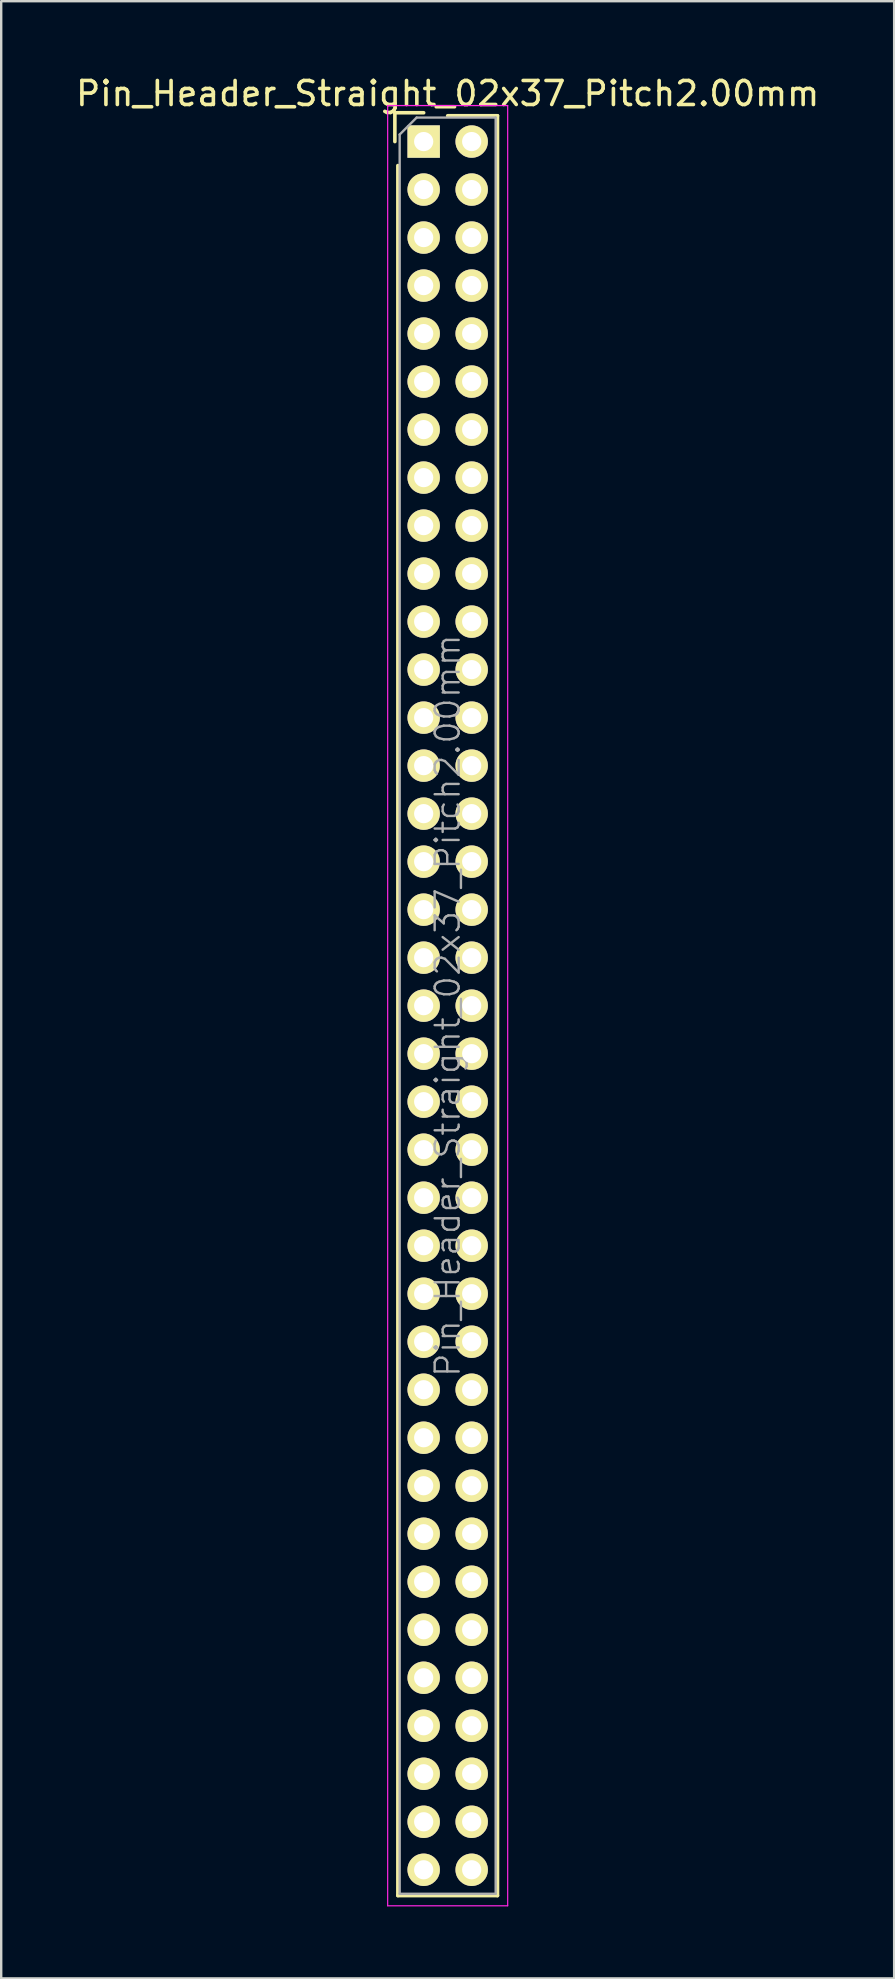
<source format=kicad_pcb>
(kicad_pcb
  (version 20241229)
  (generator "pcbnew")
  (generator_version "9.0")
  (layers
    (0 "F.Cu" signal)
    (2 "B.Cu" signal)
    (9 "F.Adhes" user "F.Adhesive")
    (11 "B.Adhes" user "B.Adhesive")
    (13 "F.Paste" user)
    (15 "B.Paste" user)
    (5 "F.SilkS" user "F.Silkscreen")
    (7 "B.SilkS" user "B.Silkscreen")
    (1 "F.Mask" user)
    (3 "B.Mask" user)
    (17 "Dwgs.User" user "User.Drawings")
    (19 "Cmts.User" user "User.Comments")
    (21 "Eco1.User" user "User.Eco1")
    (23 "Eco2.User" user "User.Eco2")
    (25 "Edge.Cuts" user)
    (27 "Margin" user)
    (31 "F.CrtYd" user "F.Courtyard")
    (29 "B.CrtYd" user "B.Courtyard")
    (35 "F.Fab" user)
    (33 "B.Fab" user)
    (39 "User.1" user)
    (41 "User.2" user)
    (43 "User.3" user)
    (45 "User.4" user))
  (footprint "Pin_Header_Straight_02x37_Pitch2.00mm"
    (layer "F.Cu")
    (at 14.601 2.848)
    (property "Reference" "Pin_Header_Straight_02x37_Pitch2.00mm" (at 1 -2 0) (layer "F.SilkS") (effects (font (size 1 1) (thickness 0.15))))
    (attr smd)
    (fp_line (start -1.2 -1.2) (end -1.2 0) (stroke (width 0.15) (type solid)) (layer "F.SilkS"))
    (fp_line (start -1.2 -1.2) (end 0 -1.2) (stroke (width 0.15) (type solid)) (layer "F.SilkS"))
    (fp_line (start -1.075 1) (end -1.075 73.075) (stroke (width 0.15) (type solid)) (layer "F.SilkS"))
    (fp_line (start -1.075 73.075) (end 3.075 73.075) (stroke (width 0.15) (type solid)) (layer "F.SilkS"))
    (fp_line (start 1 -1.075) (end 3.075 -1.075) (stroke (width 0.15) (type solid)) (layer "F.SilkS"))
    (fp_line (start 3.075 -1.075) (end 3.075 73.075) (stroke (width 0.15) (type solid)) (layer "F.SilkS"))
    (fp_line (start -1.5 -1.5) (end -1.5 73.5) (stroke (width 0.05) (type solid)) (layer "F.CrtYd"))
    (fp_line (start 3.5 -1.5) (end -1.5 -1.5) (stroke (width 0.05) (type solid)) (layer "F.CrtYd"))
    (fp_line (start 3.5 -1.5) (end 3.5 73.5) (stroke (width 0.05) (type solid)) (layer "F.CrtYd"))
    (fp_line (start 3.5 73.5) (end -1.5 73.5) (stroke (width 0.05) (type solid)) (layer "F.CrtYd"))
    (fp_line (start -1 -0.293) (end -0.293 -1) (stroke (width 0.1) (type solid)) (layer "F.Fab"))
    (fp_line (start -1 73) (end -1 -0.293) (stroke (width 0.1) (type solid)) (layer "F.Fab"))
    (fp_line (start 3 -1) (end -0.293 -1) (stroke (width 0.1) (type solid)) (layer "F.Fab"))
    (fp_line (start 3 73) (end -1 73) (stroke (width 0.1) (type solid)) (layer "F.Fab"))
    (fp_line (start 3 73) (end 3 -1) (stroke (width 0.1) (type solid)) (layer "F.Fab"))
    (fp_text user "${REFERENCE}" (at 1 36 90) (layer "F.Fab") (effects (font (size 1 1) (thickness 0.1))))
    (pad "1" thru_hole rect (at 0 0) (size 1.35 1.35) (drill 0.8) (layers "*.Cu" "*.Mask" "F.SilkS"))
    (pad "2" thru_hole oval (at 2 0) (size 1.35 1.35) (drill 0.8) (layers "*.Cu" "*.Mask" "F.SilkS"))
    (pad "3" thru_hole oval (at 0 2) (size 1.35 1.35) (drill 0.8) (layers "*.Cu" "*.Mask" "F.SilkS"))
    (pad "4" thru_hole oval (at 2 2) (size 1.35 1.35) (drill 0.8) (layers "*.Cu" "*.Mask" "F.SilkS"))
    (pad "5" thru_hole oval (at 0 4) (size 1.35 1.35) (drill 0.8) (layers "*.Cu" "*.Mask" "F.SilkS"))
    (pad "6" thru_hole oval (at 2 4) (size 1.35 1.35) (drill 0.8) (layers "*.Cu" "*.Mask" "F.SilkS"))
    (pad "7" thru_hole oval (at 0 6) (size 1.35 1.35) (drill 0.8) (layers "*.Cu" "*.Mask" "F.SilkS"))
    (pad "8" thru_hole oval (at 2 6) (size 1.35 1.35) (drill 0.8) (layers "*.Cu" "*.Mask" "F.SilkS"))
    (pad "9" thru_hole oval (at 0 8) (size 1.35 1.35) (drill 0.8) (layers "*.Cu" "*.Mask" "F.SilkS"))
    (pad "10" thru_hole oval (at 2 8) (size 1.35 1.35) (drill 0.8) (layers "*.Cu" "*.Mask" "F.SilkS"))
    (pad "11" thru_hole oval (at 0 10) (size 1.35 1.35) (drill 0.8) (layers "*.Cu" "*.Mask" "F.SilkS"))
    (pad "12" thru_hole oval (at 2 10) (size 1.35 1.35) (drill 0.8) (layers "*.Cu" "*.Mask" "F.SilkS"))
    (pad "13" thru_hole oval (at 0 12) (size 1.35 1.35) (drill 0.8) (layers "*.Cu" "*.Mask" "F.SilkS"))
    (pad "14" thru_hole oval (at 2 12) (size 1.35 1.35) (drill 0.8) (layers "*.Cu" "*.Mask" "F.SilkS"))
    (pad "15" thru_hole oval (at 0 14) (size 1.35 1.35) (drill 0.8) (layers "*.Cu" "*.Mask" "F.SilkS"))
    (pad "16" thru_hole oval (at 2 14) (size 1.35 1.35) (drill 0.8) (layers "*.Cu" "*.Mask" "F.SilkS"))
    (pad "17" thru_hole oval (at 0 16) (size 1.35 1.35) (drill 0.8) (layers "*.Cu" "*.Mask" "F.SilkS"))
    (pad "18" thru_hole oval (at 2 16) (size 1.35 1.35) (drill 0.8) (layers "*.Cu" "*.Mask" "F.SilkS"))
    (pad "19" thru_hole oval (at 0 18) (size 1.35 1.35) (drill 0.8) (layers "*.Cu" "*.Mask" "F.SilkS"))
    (pad "20" thru_hole oval (at 2 18) (size 1.35 1.35) (drill 0.8) (layers "*.Cu" "*.Mask" "F.SilkS"))
    (pad "21" thru_hole oval (at 0 20) (size 1.35 1.35) (drill 0.8) (layers "*.Cu" "*.Mask" "F.SilkS"))
    (pad "22" thru_hole oval (at 2 20) (size 1.35 1.35) (drill 0.8) (layers "*.Cu" "*.Mask" "F.SilkS"))
    (pad "23" thru_hole oval (at 0 22) (size 1.35 1.35) (drill 0.8) (layers "*.Cu" "*.Mask" "F.SilkS"))
    (pad "24" thru_hole oval (at 2 22) (size 1.35 1.35) (drill 0.8) (layers "*.Cu" "*.Mask" "F.SilkS"))
    (pad "25" thru_hole oval (at 0 24) (size 1.35 1.35) (drill 0.8) (layers "*.Cu" "*.Mask" "F.SilkS"))
    (pad "26" thru_hole oval (at 2 24) (size 1.35 1.35) (drill 0.8) (layers "*.Cu" "*.Mask" "F.SilkS"))
    (pad "27" thru_hole oval (at 0 26) (size 1.35 1.35) (drill 0.8) (layers "*.Cu" "*.Mask" "F.SilkS"))
    (pad "28" thru_hole oval (at 2 26) (size 1.35 1.35) (drill 0.8) (layers "*.Cu" "*.Mask" "F.SilkS"))
    (pad "29" thru_hole oval (at 0 28) (size 1.35 1.35) (drill 0.8) (layers "*.Cu" "*.Mask" "F.SilkS"))
    (pad "30" thru_hole oval (at 2 28) (size 1.35 1.35) (drill 0.8) (layers "*.Cu" "*.Mask" "F.SilkS"))
    (pad "31" thru_hole oval (at 0 30) (size 1.35 1.35) (drill 0.8) (layers "*.Cu" "*.Mask" "F.SilkS"))
    (pad "32" thru_hole oval (at 2 30) (size 1.35 1.35) (drill 0.8) (layers "*.Cu" "*.Mask" "F.SilkS"))
    (pad "33" thru_hole oval (at 0 32) (size 1.35 1.35) (drill 0.8) (layers "*.Cu" "*.Mask" "F.SilkS"))
    (pad "34" thru_hole oval (at 2 32) (size 1.35 1.35) (drill 0.8) (layers "*.Cu" "*.Mask" "F.SilkS"))
    (pad "35" thru_hole oval (at 0 34) (size 1.35 1.35) (drill 0.8) (layers "*.Cu" "*.Mask" "F.SilkS"))
    (pad "36" thru_hole oval (at 2 34) (size 1.35 1.35) (drill 0.8) (layers "*.Cu" "*.Mask" "F.SilkS"))
    (pad "37" thru_hole oval (at 0 36) (size 1.35 1.35) (drill 0.8) (layers "*.Cu" "*.Mask" "F.SilkS"))
    (pad "38" thru_hole oval (at 2 36) (size 1.35 1.35) (drill 0.8) (layers "*.Cu" "*.Mask" "F.SilkS"))
    (pad "39" thru_hole oval (at 0 38) (size 1.35 1.35) (drill 0.8) (layers "*.Cu" "*.Mask" "F.SilkS"))
    (pad "40" thru_hole oval (at 2 38) (size 1.35 1.35) (drill 0.8) (layers "*.Cu" "*.Mask" "F.SilkS"))
    (pad "41" thru_hole oval (at 0 40) (size 1.35 1.35) (drill 0.8) (layers "*.Cu" "*.Mask" "F.SilkS"))
    (pad "42" thru_hole oval (at 2 40) (size 1.35 1.35) (drill 0.8) (layers "*.Cu" "*.Mask" "F.SilkS"))
    (pad "43" thru_hole oval (at 0 42) (size 1.35 1.35) (drill 0.8) (layers "*.Cu" "*.Mask" "F.SilkS"))
    (pad "44" thru_hole oval (at 2 42) (size 1.35 1.35) (drill 0.8) (layers "*.Cu" "*.Mask" "F.SilkS"))
    (pad "45" thru_hole oval (at 0 44) (size 1.35 1.35) (drill 0.8) (layers "*.Cu" "*.Mask" "F.SilkS"))
    (pad "46" thru_hole oval (at 2 44) (size 1.35 1.35) (drill 0.8) (layers "*.Cu" "*.Mask" "F.SilkS"))
    (pad "47" thru_hole oval (at 0 46) (size 1.35 1.35) (drill 0.8) (layers "*.Cu" "*.Mask" "F.SilkS"))
    (pad "48" thru_hole oval (at 2 46) (size 1.35 1.35) (drill 0.8) (layers "*.Cu" "*.Mask" "F.SilkS"))
    (pad "49" thru_hole oval (at 0 48) (size 1.35 1.35) (drill 0.8) (layers "*.Cu" "*.Mask" "F.SilkS"))
    (pad "50" thru_hole oval (at 2 48) (size 1.35 1.35) (drill 0.8) (layers "*.Cu" "*.Mask" "F.SilkS"))
    (pad "51" thru_hole oval (at 0 50) (size 1.35 1.35) (drill 0.8) (layers "*.Cu" "*.Mask" "F.SilkS"))
    (pad "52" thru_hole oval (at 2 50) (size 1.35 1.35) (drill 0.8) (layers "*.Cu" "*.Mask" "F.SilkS"))
    (pad "53" thru_hole oval (at 0 52) (size 1.35 1.35) (drill 0.8) (layers "*.Cu" "*.Mask" "F.SilkS"))
    (pad "54" thru_hole oval (at 2 52) (size 1.35 1.35) (drill 0.8) (layers "*.Cu" "*.Mask" "F.SilkS"))
    (pad "55" thru_hole oval (at 0 54) (size 1.35 1.35) (drill 0.8) (layers "*.Cu" "*.Mask" "F.SilkS"))
    (pad "56" thru_hole oval (at 2 54) (size 1.35 1.35) (drill 0.8) (layers "*.Cu" "*.Mask" "F.SilkS"))
    (pad "57" thru_hole oval (at 0 56) (size 1.35 1.35) (drill 0.8) (layers "*.Cu" "*.Mask" "F.SilkS"))
    (pad "58" thru_hole oval (at 2 56) (size 1.35 1.35) (drill 0.8) (layers "*.Cu" "*.Mask" "F.SilkS"))
    (pad "59" thru_hole oval (at 0 58) (size 1.35 1.35) (drill 0.8) (layers "*.Cu" "*.Mask" "F.SilkS"))
    (pad "60" thru_hole oval (at 2 58) (size 1.35 1.35) (drill 0.8) (layers "*.Cu" "*.Mask" "F.SilkS"))
    (pad "61" thru_hole oval (at 0 60) (size 1.35 1.35) (drill 0.8) (layers "*.Cu" "*.Mask" "F.SilkS"))
    (pad "62" thru_hole oval (at 2 60) (size 1.35 1.35) (drill 0.8) (layers "*.Cu" "*.Mask" "F.SilkS"))
    (pad "63" thru_hole oval (at 0 62) (size 1.35 1.35) (drill 0.8) (layers "*.Cu" "*.Mask" "F.SilkS"))
    (pad "64" thru_hole oval (at 2 62) (size 1.35 1.35) (drill 0.8) (layers "*.Cu" "*.Mask" "F.SilkS"))
    (pad "65" thru_hole oval (at 0 64) (size 1.35 1.35) (drill 0.8) (layers "*.Cu" "*.Mask" "F.SilkS"))
    (pad "66" thru_hole oval (at 2 64) (size 1.35 1.35) (drill 0.8) (layers "*.Cu" "*.Mask" "F.SilkS"))
    (pad "67" thru_hole oval (at 0 66) (size 1.35 1.35) (drill 0.8) (layers "*.Cu" "*.Mask" "F.SilkS"))
    (pad "68" thru_hole oval (at 2 66) (size 1.35 1.35) (drill 0.8) (layers "*.Cu" "*.Mask" "F.SilkS"))
    (pad "69" thru_hole oval (at 0 68) (size 1.35 1.35) (drill 0.8) (layers "*.Cu" "*.Mask" "F.SilkS"))
    (pad "70" thru_hole oval (at 2 68) (size 1.35 1.35) (drill 0.8) (layers "*.Cu" "*.Mask" "F.SilkS"))
    (pad "71" thru_hole oval (at 0 70) (size 1.35 1.35) (drill 0.8) (layers "*.Cu" "*.Mask" "F.SilkS"))
    (pad "72" thru_hole oval (at 2 70) (size 1.35 1.35) (drill 0.8) (layers "*.Cu" "*.Mask" "F.SilkS"))
    (pad "73" thru_hole oval (at 0 72) (size 1.35 1.35) (drill 0.8) (layers "*.Cu" "*.Mask" "F.SilkS"))
    (pad "74" thru_hole oval (at 2 72) (size 1.35 1.35) (drill 0.8) (layers "*.Cu" "*.Mask" "F.SilkS")))
  (gr_rect
    (start -3 -3)
    (end 34.202 79.373)
    (stroke (width 0.1) (type default))
    (fill no)
    (layer "Edge.Cuts")))
</source>
